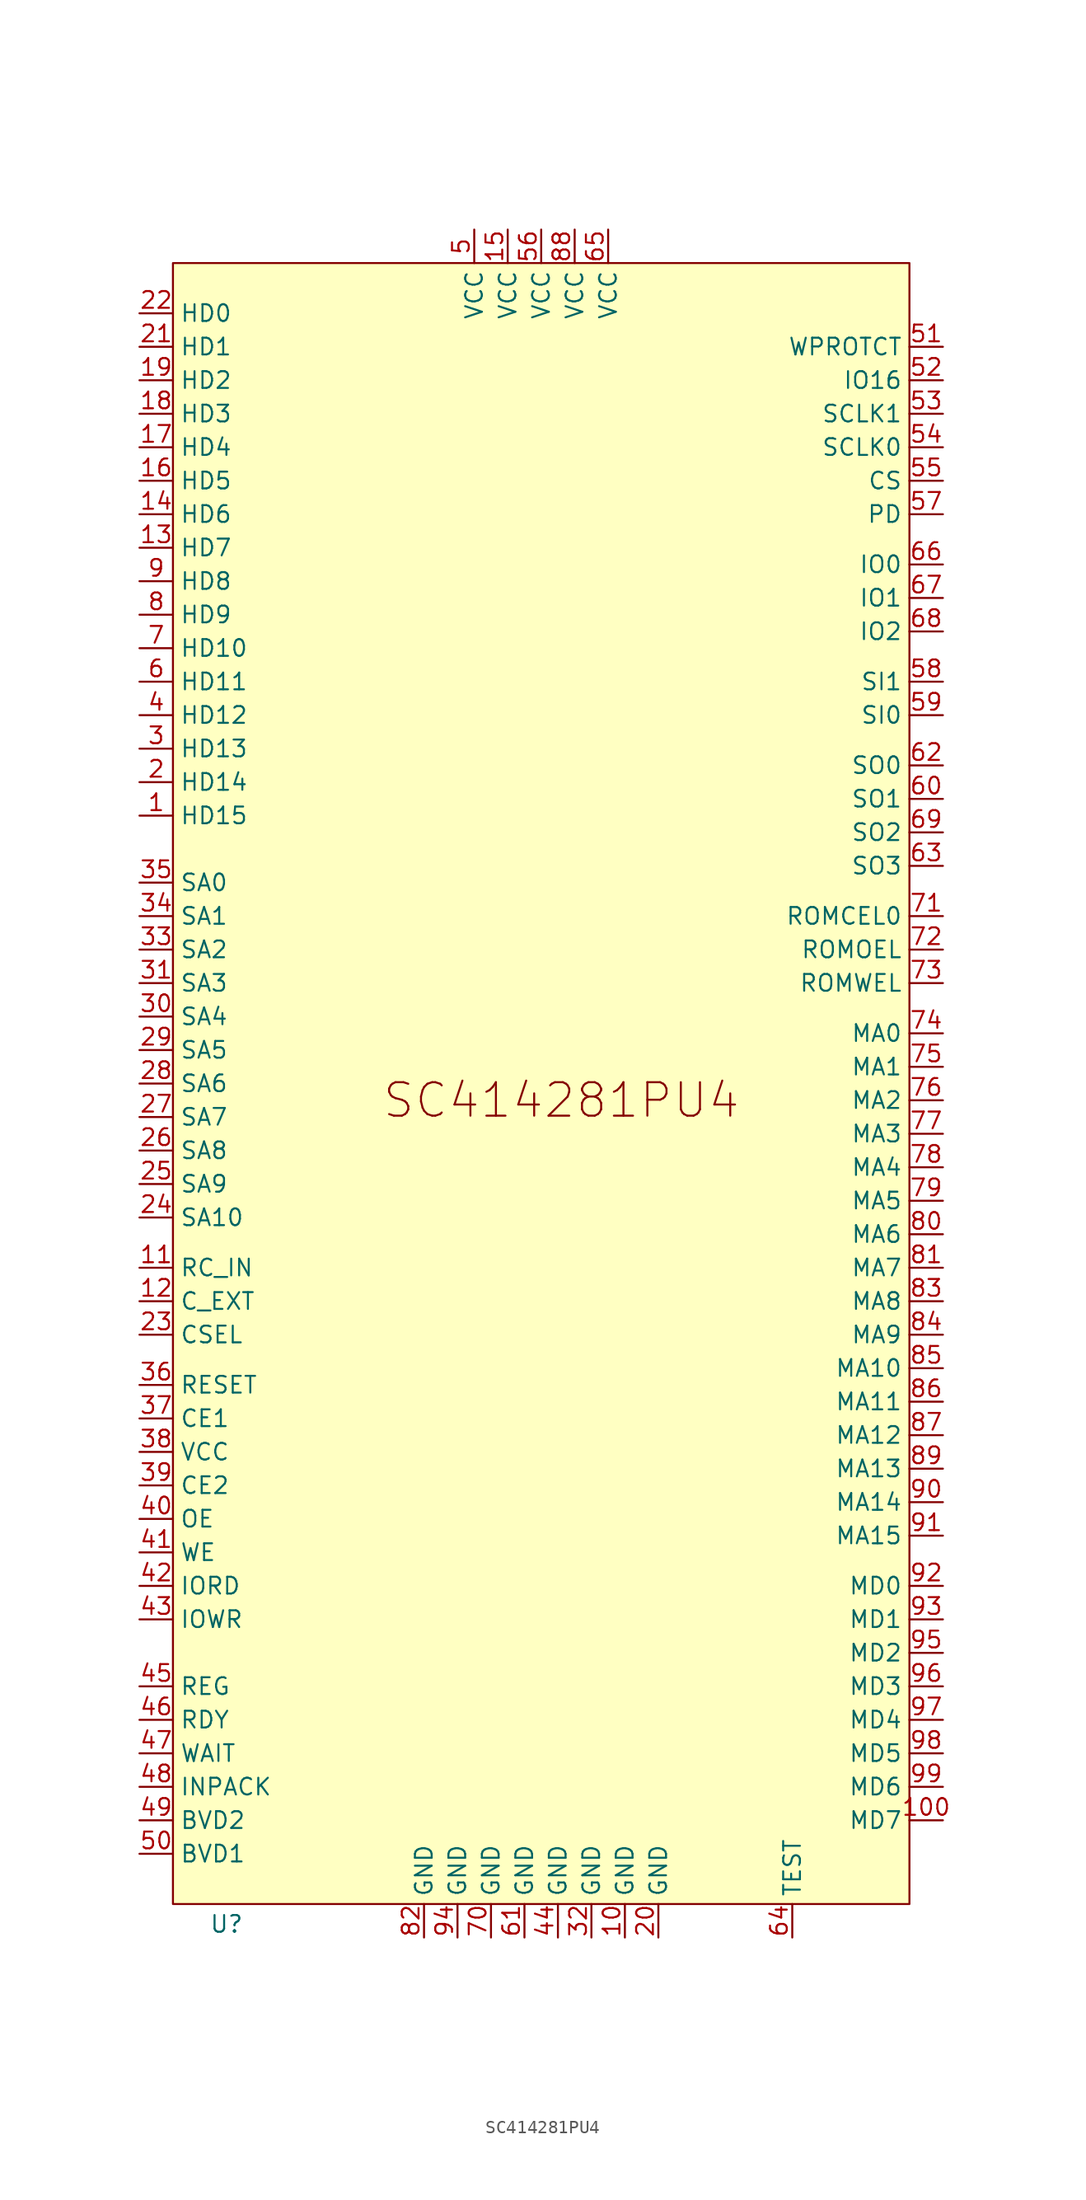
<source format=kicad_sym>
(kicad_symbol_lib
  (version 20241209)
  (generator "kicad_symbol_editor")
  (generator_version "9.0")
  (symbol "SC414281PU4"
    (property "Reference" "U"
      (at -23.876 -62.484 0)
      (effects (font (size 1.27 1.27))))
    (property "Value" ""
      (at 0 0 0)
      (effects (font (size 1.27 1.27))))
    (symbol "SC414281PU4_1_1"
      (rectangle (start -27.94 63.5) (end 27.94 -60.96) (stroke (width 0) (type solid)) (fill (type color) (color 255 255 194 1)))
      (text "SC414281PU4" (at 1.524 0 0) (effects (font (size 2.54 2.54))))
      (pin bidirectional line (at -30.48 59.69 0) (length 2.54) (name "HD0" (effects (font (size 1.27 1.27)))) (number "22" (effects (font (size 1.27 1.27)))))
      (pin bidirectional line (at -30.48 57.15 0) (length 2.54) (name "HD1" (effects (font (size 1.27 1.27)))) (number "21" (effects (font (size 1.27 1.27)))))
      (pin bidirectional line (at -30.48 54.61 0) (length 2.54) (name "HD2" (effects (font (size 1.27 1.27)))) (number "19" (effects (font (size 1.27 1.27)))))
      (pin bidirectional line (at -30.48 52.07 0) (length 2.54) (name "HD3" (effects (font (size 1.27 1.27)))) (number "18" (effects (font (size 1.27 1.27)))))
      (pin bidirectional line (at -30.48 49.53 0) (length 2.54) (name "HD4" (effects (font (size 1.27 1.27)))) (number "17" (effects (font (size 1.27 1.27)))))
      (pin bidirectional line (at -30.48 46.99 0) (length 2.54) (name "HD5" (effects (font (size 1.27 1.27)))) (number "16" (effects (font (size 1.27 1.27)))))
      (pin bidirectional line (at -30.48 44.45 0) (length 2.54) (name "HD6" (effects (font (size 1.27 1.27)))) (number "14" (effects (font (size 1.27 1.27)))))
      (pin bidirectional line (at -30.48 41.91 0) (length 2.54) (name "HD7" (effects (font (size 1.27 1.27)))) (number "13" (effects (font (size 1.27 1.27)))))
      (pin bidirectional line (at -30.48 39.37 0) (length 2.54) (name "HD8" (effects (font (size 1.27 1.27)))) (number "9" (effects (font (size 1.27 1.27)))))
      (pin bidirectional line (at -30.48 36.83 0) (length 2.54) (name "HD9" (effects (font (size 1.27 1.27)))) (number "8" (effects (font (size 1.27 1.27)))))
      (pin bidirectional line (at -30.48 34.29 0) (length 2.54) (name "HD10" (effects (font (size 1.27 1.27)))) (number "7" (effects (font (size 1.27 1.27)))))
      (pin bidirectional line (at -30.48 31.75 0) (length 2.54) (name "HD11" (effects (font (size 1.27 1.27)))) (number "6" (effects (font (size 1.27 1.27)))))
      (pin bidirectional line (at -30.48 29.21 0) (length 2.54) (name "HD12" (effects (font (size 1.27 1.27)))) (number "4" (effects (font (size 1.27 1.27)))))
      (pin bidirectional line (at -30.48 26.67 0) (length 2.54) (name "HD13" (effects (font (size 1.27 1.27)))) (number "3" (effects (font (size 1.27 1.27)))))
      (pin bidirectional line (at -30.48 24.13 0) (length 2.54) (name "HD14" (effects (font (size 1.27 1.27)))) (number "2" (effects (font (size 1.27 1.27)))))
      (pin bidirectional line (at -30.48 21.59 0) (length 2.54) (name "HD15" (effects (font (size 1.27 1.27)))) (number "1" (effects (font (size 1.27 1.27)))))
      (pin input line (at -30.48 16.51 0) (length 2.54) (name "SA0" (effects (font (size 1.27 1.27)))) (number "35" (effects (font (size 1.27 1.27)))))
      (pin input line (at -30.48 13.97 0) (length 2.54) (name "SA1" (effects (font (size 1.27 1.27)))) (number "34" (effects (font (size 1.27 1.27)))))
      (pin input line (at -30.48 11.43 0) (length 2.54) (name "SA2" (effects (font (size 1.27 1.27)))) (number "33" (effects (font (size 1.27 1.27)))))
      (pin input line (at -30.48 8.89 0) (length 2.54) (name "SA3" (effects (font (size 1.27 1.27)))) (number "31" (effects (font (size 1.27 1.27)))))
      (pin input line (at -30.48 6.35 0) (length 2.54) (name "SA4" (effects (font (size 1.27 1.27)))) (number "30" (effects (font (size 1.27 1.27)))))
      (pin input line (at -30.48 3.81 0) (length 2.54) (name "SA5" (effects (font (size 1.27 1.27)))) (number "29" (effects (font (size 1.27 1.27)))))
      (pin input line (at -30.48 1.27 0) (length 2.54) (name "SA6" (effects (font (size 1.27 1.27)))) (number "28" (effects (font (size 1.27 1.27)))))
      (pin input line (at -30.48 -1.27 0) (length 2.54) (name "SA7" (effects (font (size 1.27 1.27)))) (number "27" (effects (font (size 1.27 1.27)))))
      (pin input line (at -30.48 -3.81 0) (length 2.54) (name "SA8" (effects (font (size 1.27 1.27)))) (number "26" (effects (font (size 1.27 1.27)))))
      (pin input line (at -30.48 -6.35 0) (length 2.54) (name "SA9" (effects (font (size 1.27 1.27)))) (number "25" (effects (font (size 1.27 1.27)))))
      (pin input line (at -30.48 -8.89 0) (length 2.54) (name "SA10" (effects (font (size 1.27 1.27)))) (number "24" (effects (font (size 1.27 1.27)))))
      (pin input line (at -30.48 -12.7 0) (length 2.54) (name "RC_IN" (effects (font (size 1.27 1.27)))) (number "11" (effects (font (size 1.27 1.27)))))
      (pin input line (at -30.48 -15.24 0) (length 2.54) (name "C_EXT" (effects (font (size 1.27 1.27)))) (number "12" (effects (font (size 1.27 1.27)))))
      (pin input line (at -30.48 -17.78 0) (length 2.54) (name "CSEL" (effects (font (size 1.27 1.27)))) (number "23" (effects (font (size 1.27 1.27)))))
      (pin input line (at -30.48 -21.59 0) (length 2.54) (name "RESET" (effects (font (size 1.27 1.27)))) (number "36" (effects (font (size 1.27 1.27)))))
      (pin input line (at -30.48 -24.13 0) (length 2.54) (name "CE1" (effects (font (size 1.27 1.27)))) (number "37" (effects (font (size 1.27 1.27)))))
      (pin power_in line (at -30.48 -26.67 0) (length 2.54) (name "VCC" (effects (font (size 1.27 1.27)))) (number "38" (effects (font (size 1.27 1.27)))))
      (pin input line (at -30.48 -29.21 0) (length 2.54) (name "CE2" (effects (font (size 1.27 1.27)))) (number "39" (effects (font (size 1.27 1.27)))))
      (pin input line (at -30.48 -31.75 0) (length 2.54) (name "OE" (effects (font (size 1.27 1.27)))) (number "40" (effects (font (size 1.27 1.27)))))
      (pin input line (at -30.48 -34.29 0) (length 2.54) (name "WE" (effects (font (size 1.27 1.27)))) (number "41" (effects (font (size 1.27 1.27)))))
      (pin input line (at -30.48 -36.83 0) (length 2.54) (name "IORD" (effects (font (size 1.27 1.27)))) (number "42" (effects (font (size 1.27 1.27)))))
      (pin input line (at -30.48 -39.37 0) (length 2.54) (name "IOWR" (effects (font (size 1.27 1.27)))) (number "43" (effects (font (size 1.27 1.27)))))
      (pin input line (at -30.48 -44.45 0) (length 2.54) (name "REG" (effects (font (size 1.27 1.27)))) (number "45" (effects (font (size 1.27 1.27)))))
      (pin input line (at -30.48 -46.99 0) (length 2.54) (name "RDY" (effects (font (size 1.27 1.27)))) (number "46" (effects (font (size 1.27 1.27)))))
      (pin input line (at -30.48 -49.53 0) (length 2.54) (name "WAIT" (effects (font (size 1.27 1.27)))) (number "47" (effects (font (size 1.27 1.27)))))
      (pin input line (at -30.48 -52.07 0) (length 2.54) (name "INPACK" (effects (font (size 1.27 1.27)))) (number "48" (effects (font (size 1.27 1.27)))))
      (pin input line (at -30.48 -54.61 0) (length 2.54) (name "BVD2" (effects (font (size 1.27 1.27)))) (number "49" (effects (font (size 1.27 1.27)))))
      (pin input line (at -30.48 -57.15 0) (length 2.54) (name "BVD1" (effects (font (size 1.27 1.27)))) (number "50" (effects (font (size 1.27 1.27)))))
      (pin power_in line (at -8.89 -63.5 90) (length 2.54) (name "GND" (effects (font (size 1.27 1.27)))) (number "82" (effects (font (size 1.27 1.27)))))
      (pin power_in line (at -6.35 -63.5 90) (length 2.54) (name "GND" (effects (font (size 1.27 1.27)))) (number "94" (effects (font (size 1.27 1.27)))))
      (pin power_in line (at -5.08 66.04 270) (length 2.54) (name "VCC" (effects (font (size 1.27 1.27)))) (number "5" (effects (font (size 1.27 1.27)))))
      (pin power_in line (at -3.81 -63.5 90) (length 2.54) (name "GND" (effects (font (size 1.27 1.27)))) (number "70" (effects (font (size 1.27 1.27)))))
      (pin power_in line (at -2.54 66.04 270) (length 2.54) (name "VCC" (effects (font (size 1.27 1.27)))) (number "15" (effects (font (size 1.27 1.27)))))
      (pin power_in line (at -1.27 -63.5 90) (length 2.54) (name "GND" (effects (font (size 1.27 1.27)))) (number "61" (effects (font (size 1.27 1.27)))))
      (pin power_in line (at 0 66.04 270) (length 2.54) (name "VCC" (effects (font (size 1.27 1.27)))) (number "56" (effects (font (size 1.27 1.27)))))
      (pin power_in line (at 1.27 -63.5 90) (length 2.54) (name "GND" (effects (font (size 1.27 1.27)))) (number "44" (effects (font (size 1.27 1.27)))))
      (pin power_in line (at 2.54 66.04 270) (length 2.54) (name "VCC" (effects (font (size 1.27 1.27)))) (number "88" (effects (font (size 1.27 1.27)))))
      (pin power_in line (at 3.81 -63.5 90) (length 2.54) (name "GND" (effects (font (size 1.27 1.27)))) (number "32" (effects (font (size 1.27 1.27)))))
      (pin power_in line (at 5.08 66.04 270) (length 2.54) (name "VCC" (effects (font (size 1.27 1.27)))) (number "65" (effects (font (size 1.27 1.27)))))
      (pin power_in line (at 6.35 -63.5 90) (length 2.54) (name "GND" (effects (font (size 1.27 1.27)))) (number "10" (effects (font (size 1.27 1.27)))))
      (pin power_in line (at 8.89 -63.5 90) (length 2.54) (name "GND" (effects (font (size 1.27 1.27)))) (number "20" (effects (font (size 1.27 1.27)))))
      (pin input line (at 19.05 -63.5 90) (length 2.54) (name "TEST" (effects (font (size 1.27 1.27)))) (number "64" (effects (font (size 1.27 1.27)))))
      (pin input line (at 30.48 57.15 180) (length 2.54) (name "WPROTCT" (effects (font (size 1.27 1.27)))) (number "51" (effects (font (size 1.27 1.27)))))
      (pin bidirectional line (at 30.48 54.61 180) (length 2.54) (name "IO16" (effects (font (size 1.27 1.27)))) (number "52" (effects (font (size 1.27 1.27)))))
      (pin output line (at 30.48 52.07 180) (length 2.54) (name "SCLK1" (effects (font (size 1.27 1.27)))) (number "53" (effects (font (size 1.27 1.27)))))
      (pin output line (at 30.48 49.53 180) (length 2.54) (name "SCLK0" (effects (font (size 1.27 1.27)))) (number "54" (effects (font (size 1.27 1.27)))))
      (pin output line (at 30.48 46.99 180) (length 2.54) (name "CS" (effects (font (size 1.27 1.27)))) (number "55" (effects (font (size 1.27 1.27)))))
      (pin output line (at 30.48 44.45 180) (length 2.54) (name "PD" (effects (font (size 1.27 1.27)))) (number "57" (effects (font (size 1.27 1.27)))))
      (pin bidirectional line (at 30.48 40.64 180) (length 2.54) (name "IO0" (effects (font (size 1.27 1.27)))) (number "66" (effects (font (size 1.27 1.27)))))
      (pin bidirectional line (at 30.48 38.1 180) (length 2.54) (name "IO1" (effects (font (size 1.27 1.27)))) (number "67" (effects (font (size 1.27 1.27)))))
      (pin bidirectional line (at 30.48 35.56 180) (length 2.54) (name "IO2" (effects (font (size 1.27 1.27)))) (number "68" (effects (font (size 1.27 1.27)))))
      (pin input line (at 30.48 31.75 180) (length 2.54) (name "SI1" (effects (font (size 1.27 1.27)))) (number "58" (effects (font (size 1.27 1.27)))))
      (pin input line (at 30.48 29.21 180) (length 2.54) (name "SI0" (effects (font (size 1.27 1.27)))) (number "59" (effects (font (size 1.27 1.27)))))
      (pin output line (at 30.48 25.4 180) (length 2.54) (name "SO0" (effects (font (size 1.27 1.27)))) (number "62" (effects (font (size 1.27 1.27)))))
      (pin output line (at 30.48 22.86 180) (length 2.54) (name "SO1" (effects (font (size 1.27 1.27)))) (number "60" (effects (font (size 1.27 1.27)))))
      (pin output line (at 30.48 20.32 180) (length 2.54) (name "SO2" (effects (font (size 1.27 1.27)))) (number "69" (effects (font (size 1.27 1.27)))))
      (pin output line (at 30.48 17.78 180) (length 2.54) (name "SO3" (effects (font (size 1.27 1.27)))) (number "63" (effects (font (size 1.27 1.27)))))
      (pin output line (at 30.48 13.97 180) (length 2.54) (name "ROMCEL0" (effects (font (size 1.27 1.27)))) (number "71" (effects (font (size 1.27 1.27)))))
      (pin output line (at 30.48 11.43 180) (length 2.54) (name "ROMOEL" (effects (font (size 1.27 1.27)))) (number "72" (effects (font (size 1.27 1.27)))))
      (pin output line (at 30.48 8.89 180) (length 2.54) (name "ROMWEL" (effects (font (size 1.27 1.27)))) (number "73" (effects (font (size 1.27 1.27)))))
      (pin output line (at 30.48 5.08 180) (length 2.54) (name "MA0" (effects (font (size 1.27 1.27)))) (number "74" (effects (font (size 1.27 1.27)))))
      (pin output line (at 30.48 2.54 180) (length 2.54) (name "MA1" (effects (font (size 1.27 1.27)))) (number "75" (effects (font (size 1.27 1.27)))))
      (pin output line (at 30.48 0 180) (length 2.54) (name "MA2" (effects (font (size 1.27 1.27)))) (number "76" (effects (font (size 1.27 1.27)))))
      (pin output line (at 30.48 -2.54 180) (length 2.54) (name "MA3" (effects (font (size 1.27 1.27)))) (number "77" (effects (font (size 1.27 1.27)))))
      (pin output line (at 30.48 -5.08 180) (length 2.54) (name "MA4" (effects (font (size 1.27 1.27)))) (number "78" (effects (font (size 1.27 1.27)))))
      (pin output line (at 30.48 -7.62 180) (length 2.54) (name "MA5" (effects (font (size 1.27 1.27)))) (number "79" (effects (font (size 1.27 1.27)))))
      (pin output line (at 30.48 -10.16 180) (length 2.54) (name "MA6" (effects (font (size 1.27 1.27)))) (number "80" (effects (font (size 1.27 1.27)))))
      (pin output line (at 30.48 -12.7 180) (length 2.54) (name "MA7" (effects (font (size 1.27 1.27)))) (number "81" (effects (font (size 1.27 1.27)))))
      (pin output line (at 30.48 -15.24 180) (length 2.54) (name "MA8" (effects (font (size 1.27 1.27)))) (number "83" (effects (font (size 1.27 1.27)))))
      (pin output line (at 30.48 -17.78 180) (length 2.54) (name "MA9" (effects (font (size 1.27 1.27)))) (number "84" (effects (font (size 1.27 1.27)))))
      (pin output line (at 30.48 -20.32 180) (length 2.54) (name "MA10" (effects (font (size 1.27 1.27)))) (number "85" (effects (font (size 1.27 1.27)))))
      (pin output line (at 30.48 -22.86 180) (length 2.54) (name "MA11" (effects (font (size 1.27 1.27)))) (number "86" (effects (font (size 1.27 1.27)))))
      (pin output line (at 30.48 -25.4 180) (length 2.54) (name "MA12" (effects (font (size 1.27 1.27)))) (number "87" (effects (font (size 1.27 1.27)))))
      (pin output line (at 30.48 -27.94 180) (length 2.54) (name "MA13" (effects (font (size 1.27 1.27)))) (number "89" (effects (font (size 1.27 1.27)))))
      (pin output line (at 30.48 -30.48 180) (length 2.54) (name "MA14" (effects (font (size 1.27 1.27)))) (number "90" (effects (font (size 1.27 1.27)))))
      (pin output line (at 30.48 -33.02 180) (length 2.54) (name "MA15" (effects (font (size 1.27 1.27)))) (number "91" (effects (font (size 1.27 1.27)))))
      (pin bidirectional line (at 30.48 -36.83 180) (length 2.54) (name "MD0" (effects (font (size 1.27 1.27)))) (number "92" (effects (font (size 1.27 1.27)))))
      (pin bidirectional line (at 30.48 -39.37 180) (length 2.54) (name "MD1" (effects (font (size 1.27 1.27)))) (number "93" (effects (font (size 1.27 1.27)))))
      (pin bidirectional line (at 30.48 -41.91 180) (length 2.54) (name "MD2" (effects (font (size 1.27 1.27)))) (number "95" (effects (font (size 1.27 1.27)))))
      (pin bidirectional line (at 30.48 -44.45 180) (length 2.54) (name "MD3" (effects (font (size 1.27 1.27)))) (number "96" (effects (font (size 1.27 1.27)))))
      (pin bidirectional line (at 30.48 -46.99 180) (length 2.54) (name "MD4" (effects (font (size 1.27 1.27)))) (number "97" (effects (font (size 1.27 1.27)))))
      (pin bidirectional line (at 30.48 -49.53 180) (length 2.54) (name "MD5" (effects (font (size 1.27 1.27)))) (number "98" (effects (font (size 1.27 1.27)))))
      (pin bidirectional line (at 30.48 -52.07 180) (length 2.54) (name "MD6" (effects (font (size 1.27 1.27)))) (number "99" (effects (font (size 1.27 1.27)))))
      (pin bidirectional line (at 30.48 -54.61 180) (length 2.54) (name "MD7" (effects (font (size 1.27 1.27)))) (number "100" (effects (font (size 1.27 1.27))))))))
</source>
